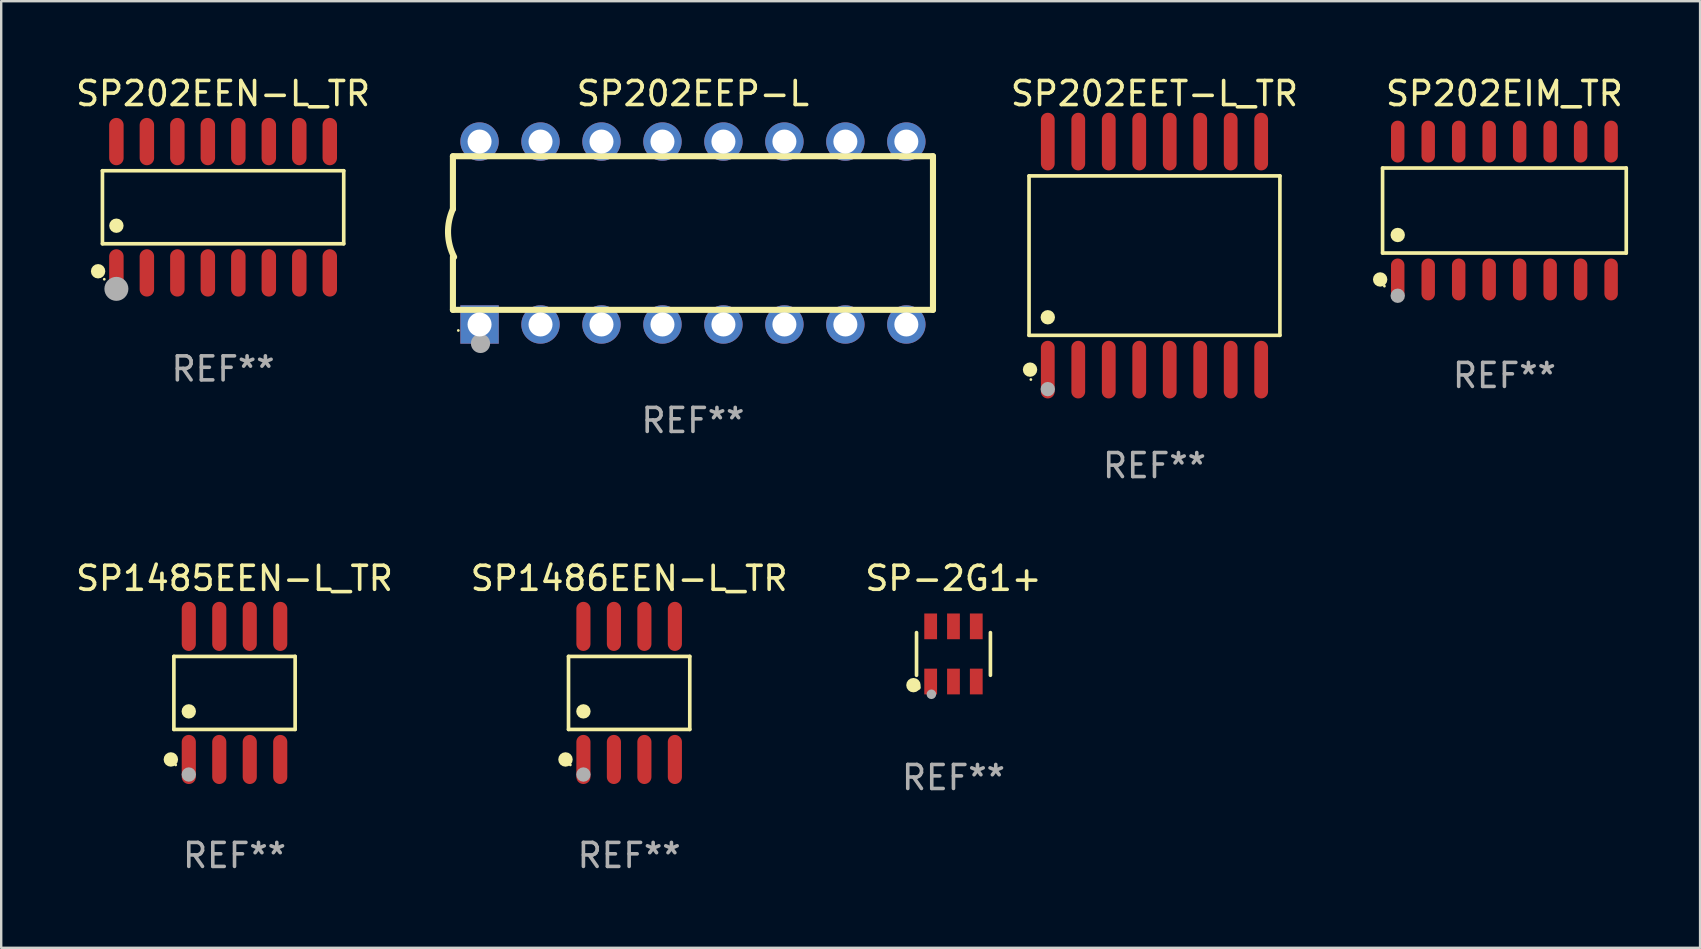
<source format=kicad_pcb>
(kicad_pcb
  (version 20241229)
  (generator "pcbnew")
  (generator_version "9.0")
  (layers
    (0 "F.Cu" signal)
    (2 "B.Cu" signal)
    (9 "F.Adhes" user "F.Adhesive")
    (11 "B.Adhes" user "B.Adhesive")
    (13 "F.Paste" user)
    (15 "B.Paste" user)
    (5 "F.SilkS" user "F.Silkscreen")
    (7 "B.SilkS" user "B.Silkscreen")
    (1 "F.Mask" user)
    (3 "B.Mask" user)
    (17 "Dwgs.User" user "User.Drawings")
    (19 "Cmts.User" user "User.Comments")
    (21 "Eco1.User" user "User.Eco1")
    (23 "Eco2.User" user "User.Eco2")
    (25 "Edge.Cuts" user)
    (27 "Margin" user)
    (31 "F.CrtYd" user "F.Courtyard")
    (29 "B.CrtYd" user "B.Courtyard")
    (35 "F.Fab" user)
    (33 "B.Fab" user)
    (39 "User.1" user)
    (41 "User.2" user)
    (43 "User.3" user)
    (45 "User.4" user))
  (footprint "SP1485EEN-L_TR"
    (layer "F.Cu")
    (at 6.72 25.818)
    (property "Reference" "SP1485EEN-L_TR" (at 0 -4.772 0) (layer "F.SilkS") (effects (font (size 1 1) (thickness 0.15))))
    (attr through_hole)
    (fp_line (start -2.526 -1.521) (end 2.526 -1.521) (stroke (width 0.152) (type solid)) (layer "F.SilkS"))
    (fp_line (start -2.526 1.521) (end -2.526 -1.521) (stroke (width 0.152) (type solid)) (layer "F.SilkS"))
    (fp_line (start 2.526 -1.521) (end 2.526 1.521) (stroke (width 0.152) (type solid)) (layer "F.SilkS"))
    (fp_line (start 2.526 1.521) (end -2.526 1.521) (stroke (width 0.152) (type solid)) (layer "F.SilkS"))
    (fp_circle (center -2.652 2.772) (end -2.501 2.772) (stroke (width 0.3) (type solid)) (fill no) (layer "F.SilkS"))
    (fp_circle (center -2.45 3) (end -2.42 3) (stroke (width 0.06) (type solid)) (fill no) (layer "F.SilkS"))
    (fp_circle (center -1.905 0.769) (end -1.755 0.769) (stroke (width 0.3) (type solid)) (fill no) (layer "F.SilkS"))
    (fp_circle (center -1.905 3.4) (end -1.755 3.4) (stroke (width 0.3) (type solid)) (fill no) (layer "F.Fab"))
    (fp_text user "REF**" (at 0 6.772 0) (layer "F.Fab") (effects (font (size 1 1) (thickness 0.15))))
    (pad "1" smd oval (at -1.905 2.772) (size 0.588 2.045) (layers "F.Cu" "F.Mask" "F.Paste"))
    (pad "2" smd oval (at -0.635 2.772) (size 0.588 2.045) (layers "F.Cu" "F.Mask" "F.Paste"))
    (pad "3" smd oval (at 0.635 2.772) (size 0.588 2.045) (layers "F.Cu" "F.Mask" "F.Paste"))
    (pad "4" smd oval (at 1.905 2.772) (size 0.588 2.045) (layers "F.Cu" "F.Mask" "F.Paste"))
    (pad "5" smd oval (at 1.905 -2.772) (size 0.588 2.045) (layers "F.Cu" "F.Mask" "F.Paste"))
    (pad "6" smd oval (at 0.635 -2.772) (size 0.588 2.045) (layers "F.Cu" "F.Mask" "F.Paste"))
    (pad "7" smd oval (at -0.635 -2.772) (size 0.588 2.045) (layers "F.Cu" "F.Mask" "F.Paste"))
    (pad "8" smd oval (at -1.905 -2.772) (size 0.588 2.045) (layers "F.Cu" "F.Mask" "F.Paste")))
  (footprint "SP-2G1+"
    (layer "F.Cu")
    (at 36.673 24.194)
    (property "Reference" "SP-2G1+" (at 0 -3.149 0) (layer "F.SilkS") (effects (font (size 1 1) (thickness 0.15))))
    (attr through_hole)
    (fp_line (start -1.539 0.889) (end -1.539 -0.889) (stroke (width 0.152) (type solid)) (layer "F.SilkS"))
    (fp_line (start 1.539 0.889) (end 1.539 -0.889) (stroke (width 0.152) (type solid)) (layer "F.SilkS"))
    (fp_circle (center -1.668 1.301) (end -1.518 1.301) (stroke (width 0.3) (type solid)) (fill no) (layer "F.SilkS"))
    (fp_circle (center -1.463 1.4) (end -1.413 1.4) (stroke (width 0.1) (type solid)) (fill no) (layer "F.SilkS"))
    (fp_circle (center -0.92 1.68) (end -0.82 1.68) (stroke (width 0.2) (type solid)) (fill no) (layer "F.Fab"))
    (fp_text user "REF**" (at 0 5.149 0) (layer "F.Fab") (effects (font (size 1 1) (thickness 0.15))))
    (pad "1" smd rect (at -0.95 1.149) (size 0.532 1.072) (layers "F.Cu" "F.Mask" "F.Paste"))
    (pad "2" smd rect (at 0 1.149) (size 0.532 1.072) (layers "F.Cu" "F.Mask" "F.Paste"))
    (pad "3" smd rect (at 0.95 1.149) (size 0.532 1.072) (layers "F.Cu" "F.Mask" "F.Paste"))
    (pad "4" smd rect (at 0.95 -1.149) (size 0.532 1.072) (layers "F.Cu" "F.Mask" "F.Paste"))
    (pad "5" smd rect (at 0 -1.149) (size 0.532 1.072) (layers "F.Cu" "F.Mask" "F.Paste"))
    (pad "6" smd rect (at -0.95 -1.149) (size 0.532 1.072) (layers "F.Cu" "F.Mask" "F.Paste")))
  (footprint "SP202EET-L_TR"
    (layer "F.Cu")
    (at 45.047 7.599)
    (property "Reference" "SP202EET-L_TR" (at 0 -6.75 0) (layer "F.SilkS") (effects (font (size 1 1) (thickness 0.15))))
    (attr through_hole)
    (fp_line (start -5.226 -3.321) (end 5.226 -3.321) (stroke (width 0.152) (type solid)) (layer "F.SilkS"))
    (fp_line (start -5.226 3.321) (end -5.226 -3.321) (stroke (width 0.152) (type solid)) (layer "F.SilkS"))
    (fp_line (start 5.226 -3.321) (end 5.226 3.321) (stroke (width 0.152) (type solid)) (layer "F.SilkS"))
    (fp_line (start 5.226 3.321) (end -5.226 3.321) (stroke (width 0.152) (type solid)) (layer "F.SilkS"))
    (fp_circle (center -5.184 4.75) (end -5.034 4.75) (stroke (width 0.3) (type solid)) (fill no) (layer "F.SilkS"))
    (fp_circle (center -5.15 5.163) (end -5.12 5.163) (stroke (width 0.06) (type solid)) (fill no) (layer "F.SilkS"))
    (fp_circle (center -4.445 2.569) (end -4.295 2.569) (stroke (width 0.3) (type solid)) (fill no) (layer "F.SilkS"))
    (fp_circle (center -4.445 5.563) (end -4.295 5.563) (stroke (width 0.3) (type solid)) (fill no) (layer "F.Fab"))
    (fp_text user "REF**" (at 0 8.75 0) (layer "F.Fab") (effects (font (size 1 1) (thickness 0.15))))
    (pad "1" smd oval (at -4.445 4.75) (size 0.574 2.401) (layers "F.Cu" "F.Mask" "F.Paste"))
    (pad "2" smd oval (at -3.175 4.75) (size 0.574 2.401) (layers "F.Cu" "F.Mask" "F.Paste"))
    (pad "3" smd oval (at -1.905 4.75) (size 0.574 2.401) (layers "F.Cu" "F.Mask" "F.Paste"))
    (pad "4" smd oval (at -0.635 4.75) (size 0.574 2.401) (layers "F.Cu" "F.Mask" "F.Paste"))
    (pad "5" smd oval (at 0.635 4.75) (size 0.574 2.401) (layers "F.Cu" "F.Mask" "F.Paste"))
    (pad "6" smd oval (at 1.905 4.75) (size 0.574 2.401) (layers "F.Cu" "F.Mask" "F.Paste"))
    (pad "7" smd oval (at 3.175 4.75) (size 0.574 2.401) (layers "F.Cu" "F.Mask" "F.Paste"))
    (pad "8" smd oval (at 4.445 4.75) (size 0.574 2.401) (layers "F.Cu" "F.Mask" "F.Paste"))
    (pad "9" smd oval (at 4.445 -4.75) (size 0.574 2.401) (layers "F.Cu" "F.Mask" "F.Paste"))
    (pad "10" smd oval (at 3.175 -4.75) (size 0.574 2.401) (layers "F.Cu" "F.Mask" "F.Paste"))
    (pad "11" smd oval (at 1.905 -4.75) (size 0.574 2.401) (layers "F.Cu" "F.Mask" "F.Paste"))
    (pad "12" smd oval (at 0.635 -4.75) (size 0.574 2.401) (layers "F.Cu" "F.Mask" "F.Paste"))
    (pad "13" smd oval (at -0.635 -4.75) (size 0.574 2.401) (layers "F.Cu" "F.Mask" "F.Paste"))
    (pad "14" smd oval (at -1.905 -4.75) (size 0.574 2.401) (layers "F.Cu" "F.Mask" "F.Paste"))
    (pad "15" smd oval (at -3.175 -4.75) (size 0.574 2.401) (layers "F.Cu" "F.Mask" "F.Paste"))
    (pad "16" smd oval (at -4.445 -4.75) (size 0.574 2.401) (layers "F.Cu" "F.Mask" "F.Paste")))
  (footprint "SP202EIM_TR"
    (layer "F.Cu")
    (at 59.626 5.721)
    (property "Reference" "SP202EIM_TR" (at 0 -4.872 0) (layer "F.SilkS") (effects (font (size 1 1) (thickness 0.15))))
    (attr through_hole)
    (fp_line (start -5.076 -1.771) (end 5.076 -1.771) (stroke (width 0.152) (type solid)) (layer "F.SilkS"))
    (fp_line (start -5.076 1.771) (end -5.076 -1.771) (stroke (width 0.152) (type solid)) (layer "F.SilkS"))
    (fp_line (start 5.076 -1.771) (end 5.076 1.771) (stroke (width 0.152) (type solid)) (layer "F.SilkS"))
    (fp_line (start 5.076 1.771) (end -5.076 1.771) (stroke (width 0.152) (type solid)) (layer "F.SilkS"))
    (fp_circle (center -5.177 2.872) (end -5.027 2.872) (stroke (width 0.3) (type solid)) (fill no) (layer "F.SilkS"))
    (fp_circle (center -5 3.15) (end -4.97 3.15) (stroke (width 0.06) (type solid)) (fill no) (layer "F.SilkS"))
    (fp_circle (center -4.445 1.019) (end -4.295 1.019) (stroke (width 0.3) (type solid)) (fill no) (layer "F.SilkS"))
    (fp_circle (center -4.445 3.55) (end -4.295 3.55) (stroke (width 0.3) (type solid)) (fill no) (layer "F.Fab"))
    (fp_text user "REF**" (at 0 6.872 0) (layer "F.Fab") (effects (font (size 1 1) (thickness 0.15))))
    (pad "1" smd oval (at -4.445 2.872) (size 0.56 1.745) (layers "F.Cu" "F.Mask" "F.Paste"))
    (pad "2" smd oval (at -3.175 2.872) (size 0.56 1.745) (layers "F.Cu" "F.Mask" "F.Paste"))
    (pad "3" smd oval (at -1.905 2.872) (size 0.56 1.745) (layers "F.Cu" "F.Mask" "F.Paste"))
    (pad "4" smd oval (at -0.635 2.872) (size 0.56 1.745) (layers "F.Cu" "F.Mask" "F.Paste"))
    (pad "5" smd oval (at 0.635 2.872) (size 0.56 1.745) (layers "F.Cu" "F.Mask" "F.Paste"))
    (pad "6" smd oval (at 1.905 2.872) (size 0.56 1.745) (layers "F.Cu" "F.Mask" "F.Paste"))
    (pad "7" smd oval (at 3.175 2.872) (size 0.56 1.745) (layers "F.Cu" "F.Mask" "F.Paste"))
    (pad "8" smd oval (at 4.445 2.872) (size 0.56 1.745) (layers "F.Cu" "F.Mask" "F.Paste"))
    (pad "9" smd oval (at 4.445 -2.872) (size 0.56 1.745) (layers "F.Cu" "F.Mask" "F.Paste"))
    (pad "10" smd oval (at 3.175 -2.872) (size 0.56 1.745) (layers "F.Cu" "F.Mask" "F.Paste"))
    (pad "11" smd oval (at 1.905 -2.872) (size 0.56 1.745) (layers "F.Cu" "F.Mask" "F.Paste"))
    (pad "12" smd oval (at 0.635 -2.872) (size 0.56 1.745) (layers "F.Cu" "F.Mask" "F.Paste"))
    (pad "13" smd oval (at -0.635 -2.872) (size 0.56 1.745) (layers "F.Cu" "F.Mask" "F.Paste"))
    (pad "14" smd oval (at -1.905 -2.872) (size 0.56 1.745) (layers "F.Cu" "F.Mask" "F.Paste"))
    (pad "15" smd oval (at -3.175 -2.872) (size 0.56 1.745) (layers "F.Cu" "F.Mask" "F.Paste"))
    (pad "16" smd oval (at -4.445 -2.872) (size 0.56 1.745) (layers "F.Cu" "F.Mask" "F.Paste")))
  (footprint "SP202EEN-L_TR"
    (layer "F.Cu")
    (at 6.244 5.584)
    (property "Reference" "SP202EEN-L_TR" (at 0 -4.736 0) (layer "F.SilkS") (effects (font (size 1 1) (thickness 0.15))))
    (attr through_hole)
    (fp_line (start -5.026 -1.521) (end 5.026 -1.521) (stroke (width 0.152) (type solid)) (layer "F.SilkS"))
    (fp_line (start -5.026 1.521) (end -5.026 -1.521) (stroke (width 0.152) (type solid)) (layer "F.SilkS"))
    (fp_line (start 5.026 -1.521) (end 5.026 1.521) (stroke (width 0.152) (type solid)) (layer "F.SilkS"))
    (fp_line (start 5.026 1.521) (end -5.026 1.521) (stroke (width 0.152) (type solid)) (layer "F.SilkS"))
    (fp_circle (center -5.207 2.667) (end -5.057 2.667) (stroke (width 0.3) (type solid)) (fill no) (layer "F.SilkS"))
    (fp_circle (center -4.95 3) (end -4.92 3) (stroke (width 0.06) (type solid)) (fill no) (layer "F.SilkS"))
    (fp_circle (center -4.445 0.769) (end -4.295 0.769) (stroke (width 0.3) (type solid)) (fill no) (layer "F.SilkS"))
    (fp_circle (center -4.445 3.4) (end -4.195 3.4) (stroke (width 0.5) (type solid)) (fill no) (layer "F.Fab"))
    (fp_text user "REF**" (at 0 6.736 0) (layer "F.Fab") (effects (font (size 1 1) (thickness 0.15))))
    (pad "1" smd oval (at -4.445 2.736) (size 0.602 1.971) (layers "F.Cu" "F.Mask" "F.Paste"))
    (pad "2" smd oval (at -3.175 2.736) (size 0.602 1.971) (layers "F.Cu" "F.Mask" "F.Paste"))
    (pad "3" smd oval (at -1.905 2.736) (size 0.602 1.971) (layers "F.Cu" "F.Mask" "F.Paste"))
    (pad "4" smd oval (at -0.635 2.736) (size 0.602 1.971) (layers "F.Cu" "F.Mask" "F.Paste"))
    (pad "5" smd oval (at 0.635 2.736) (size 0.602 1.971) (layers "F.Cu" "F.Mask" "F.Paste"))
    (pad "6" smd oval (at 1.905 2.736) (size 0.602 1.971) (layers "F.Cu" "F.Mask" "F.Paste"))
    (pad "7" smd oval (at 3.175 2.736) (size 0.602 1.971) (layers "F.Cu" "F.Mask" "F.Paste"))
    (pad "8" smd oval (at 4.445 2.736) (size 0.602 1.971) (layers "F.Cu" "F.Mask" "F.Paste"))
    (pad "9" smd oval (at 4.445 -2.736) (size 0.602 1.971) (layers "F.Cu" "F.Mask" "F.Paste"))
    (pad "10" smd oval (at 3.175 -2.736) (size 0.602 1.971) (layers "F.Cu" "F.Mask" "F.Paste"))
    (pad "11" smd oval (at 1.905 -2.736) (size 0.602 1.971) (layers "F.Cu" "F.Mask" "F.Paste"))
    (pad "12" smd oval (at 0.635 -2.736) (size 0.602 1.971) (layers "F.Cu" "F.Mask" "F.Paste"))
    (pad "13" smd oval (at -0.635 -2.736) (size 0.602 1.971) (layers "F.Cu" "F.Mask" "F.Paste"))
    (pad "14" smd oval (at -1.905 -2.736) (size 0.602 1.971) (layers "F.Cu" "F.Mask" "F.Paste"))
    (pad "15" smd oval (at -3.175 -2.736) (size 0.602 1.971) (layers "F.Cu" "F.Mask" "F.Paste"))
    (pad "16" smd oval (at -4.445 -2.736) (size 0.602 1.971) (layers "F.Cu" "F.Mask" "F.Paste")))
  (footprint "SP1486EEN-L_TR"
    (layer "F.Cu")
    (at 23.161 25.818)
    (property "Reference" "SP1486EEN-L_TR" (at 0 -4.772 0) (layer "F.SilkS") (effects (font (size 1 1) (thickness 0.15))))
    (attr through_hole)
    (fp_line (start -2.526 -1.521) (end 2.526 -1.521) (stroke (width 0.152) (type solid)) (layer "F.SilkS"))
    (fp_line (start -2.526 1.521) (end -2.526 -1.521) (stroke (width 0.152) (type solid)) (layer "F.SilkS"))
    (fp_line (start 2.526 -1.521) (end 2.526 1.521) (stroke (width 0.152) (type solid)) (layer "F.SilkS"))
    (fp_line (start 2.526 1.521) (end -2.526 1.521) (stroke (width 0.152) (type solid)) (layer "F.SilkS"))
    (fp_circle (center -2.652 2.772) (end -2.501 2.772) (stroke (width 0.3) (type solid)) (fill no) (layer "F.SilkS"))
    (fp_circle (center -2.45 3) (end -2.42 3) (stroke (width 0.06) (type solid)) (fill no) (layer "F.SilkS"))
    (fp_circle (center -1.905 0.769) (end -1.755 0.769) (stroke (width 0.3) (type solid)) (fill no) (layer "F.SilkS"))
    (fp_circle (center -1.905 3.4) (end -1.755 3.4) (stroke (width 0.3) (type solid)) (fill no) (layer "F.Fab"))
    (fp_text user "REF**" (at 0 6.772 0) (layer "F.Fab") (effects (font (size 1 1) (thickness 0.15))))
    (pad "1" smd oval (at -1.905 2.772) (size 0.588 2.045) (layers "F.Cu" "F.Mask" "F.Paste"))
    (pad "2" smd oval (at -0.635 2.772) (size 0.588 2.045) (layers "F.Cu" "F.Mask" "F.Paste"))
    (pad "3" smd oval (at 0.635 2.772) (size 0.588 2.045) (layers "F.Cu" "F.Mask" "F.Paste"))
    (pad "4" smd oval (at 1.905 2.772) (size 0.588 2.045) (layers "F.Cu" "F.Mask" "F.Paste"))
    (pad "5" smd oval (at 1.905 -2.772) (size 0.588 2.045) (layers "F.Cu" "F.Mask" "F.Paste"))
    (pad "6" smd oval (at 0.635 -2.772) (size 0.588 2.045) (layers "F.Cu" "F.Mask" "F.Paste"))
    (pad "7" smd oval (at -0.635 -2.772) (size 0.588 2.045) (layers "F.Cu" "F.Mask" "F.Paste"))
    (pad "8" smd oval (at -1.905 -2.772) (size 0.588 2.045) (layers "F.Cu" "F.Mask" "F.Paste")))
  (footprint "SP202EEP-L"
    (layer "F.Cu")
    (at 25.819 6.658)
    (property "Reference" "SP202EEP-L" (at 0 -5.81 0) (layer "F.SilkS") (effects (font (size 1 1) (thickness 0.15))))
    (attr through_hole)
    (fp_line (start -10 -0.998) (end -10 -3.198) (stroke (width 0.254) (type solid)) (layer "F.SilkS"))
    (fp_line (start -10 3.2) (end -10 1) (stroke (width 0.254) (type solid)) (layer "F.SilkS"))
    (fp_line (start 10 -3.2) (end -10 -3.2) (stroke (width 0.254) (type solid)) (layer "F.SilkS"))
    (fp_line (start 10 3.2) (end -10 3.2) (stroke (width 0.254) (type solid)) (layer "F.SilkS"))
    (fp_line (start 10 3.2) (end 10 -3.2) (stroke (width 0.254) (type solid)) (layer "F.SilkS"))
    (fp_arc (start -9.949975 0.999974) (mid -10.203153 0.005693) (end -9.999987 -1) (stroke (width 0.254001) (type solid)) (layer "F.SilkS"))
    (fp_circle (center -9.775 4.06) (end -9.745 4.06) (stroke (width 0.06) (type solid)) (fill no) (layer "F.SilkS"))
    (fp_circle (center -8.85 4.6) (end -8.65 4.6) (stroke (width 0.4) (type solid)) (fill no) (layer "F.Fab"))
    (fp_text user "REF**" (at 0 7.81 0) (layer "F.Fab") (effects (font (size 1 1) (thickness 0.15))))
    (pad "1" thru_hole rect (at -8.89 3.81 90) (size 1.6 1.6) (drill 1) (layers "*.Cu" "*.Mask"))
    (pad "2" thru_hole circle (at -6.35 3.81) (size 1.6 1.6) (drill 1) (layers "*.Cu" "*.Mask"))
    (pad "3" thru_hole circle (at -3.81 3.81) (size 1.6 1.6) (drill 1) (layers "*.Cu" "*.Mask"))
    (pad "4" thru_hole circle (at -1.27 3.81) (size 1.6 1.6) (drill 1) (layers "*.Cu" "*.Mask"))
    (pad "5" thru_hole circle (at 1.27 3.81) (size 1.6 1.6) (drill 1) (layers "*.Cu" "*.Mask"))
    (pad "6" thru_hole circle (at 3.81 3.81) (size 1.6 1.6) (drill 1) (layers "*.Cu" "*.Mask"))
    (pad "7" thru_hole circle (at 6.35 3.81) (size 1.6 1.6) (drill 1) (layers "*.Cu" "*.Mask"))
    (pad "8" thru_hole circle (at 8.89 3.81) (size 1.6 1.6) (drill 1) (layers "*.Cu" "*.Mask"))
    (pad "9" thru_hole circle (at 8.89 -3.81) (size 1.6 1.6) (drill 1) (layers "*.Cu" "*.Mask"))
    (pad "10" thru_hole circle (at 6.35 -3.81) (size 1.6 1.6) (drill 1) (layers "*.Cu" "*.Mask"))
    (pad "11" thru_hole circle (at 3.81 -3.81) (size 1.6 1.6) (drill 1) (layers "*.Cu" "*.Mask"))
    (pad "12" thru_hole circle (at 1.27 -3.81) (size 1.6 1.6) (drill 1) (layers "*.Cu" "*.Mask"))
    (pad "13" thru_hole circle (at -1.27 -3.81) (size 1.6 1.6) (drill 1) (layers "*.Cu" "*.Mask"))
    (pad "14" thru_hole circle (at -3.81 -3.81) (size 1.6 1.6) (drill 1) (layers "*.Cu" "*.Mask"))
    (pad "15" thru_hole circle (at -6.35 -3.81) (size 1.6 1.6) (drill 1) (layers "*.Cu" "*.Mask"))
    (pad "16" thru_hole circle (at -8.89 -3.81) (size 1.6 1.6) (drill 1) (layers "*.Cu" "*.Mask")))
  (gr_rect
    (start -3 -3)
    (end 67.778 36.438)
    (stroke (width 0.1) (type default))
    (fill no)
    (layer "Edge.Cuts")))
</source>
